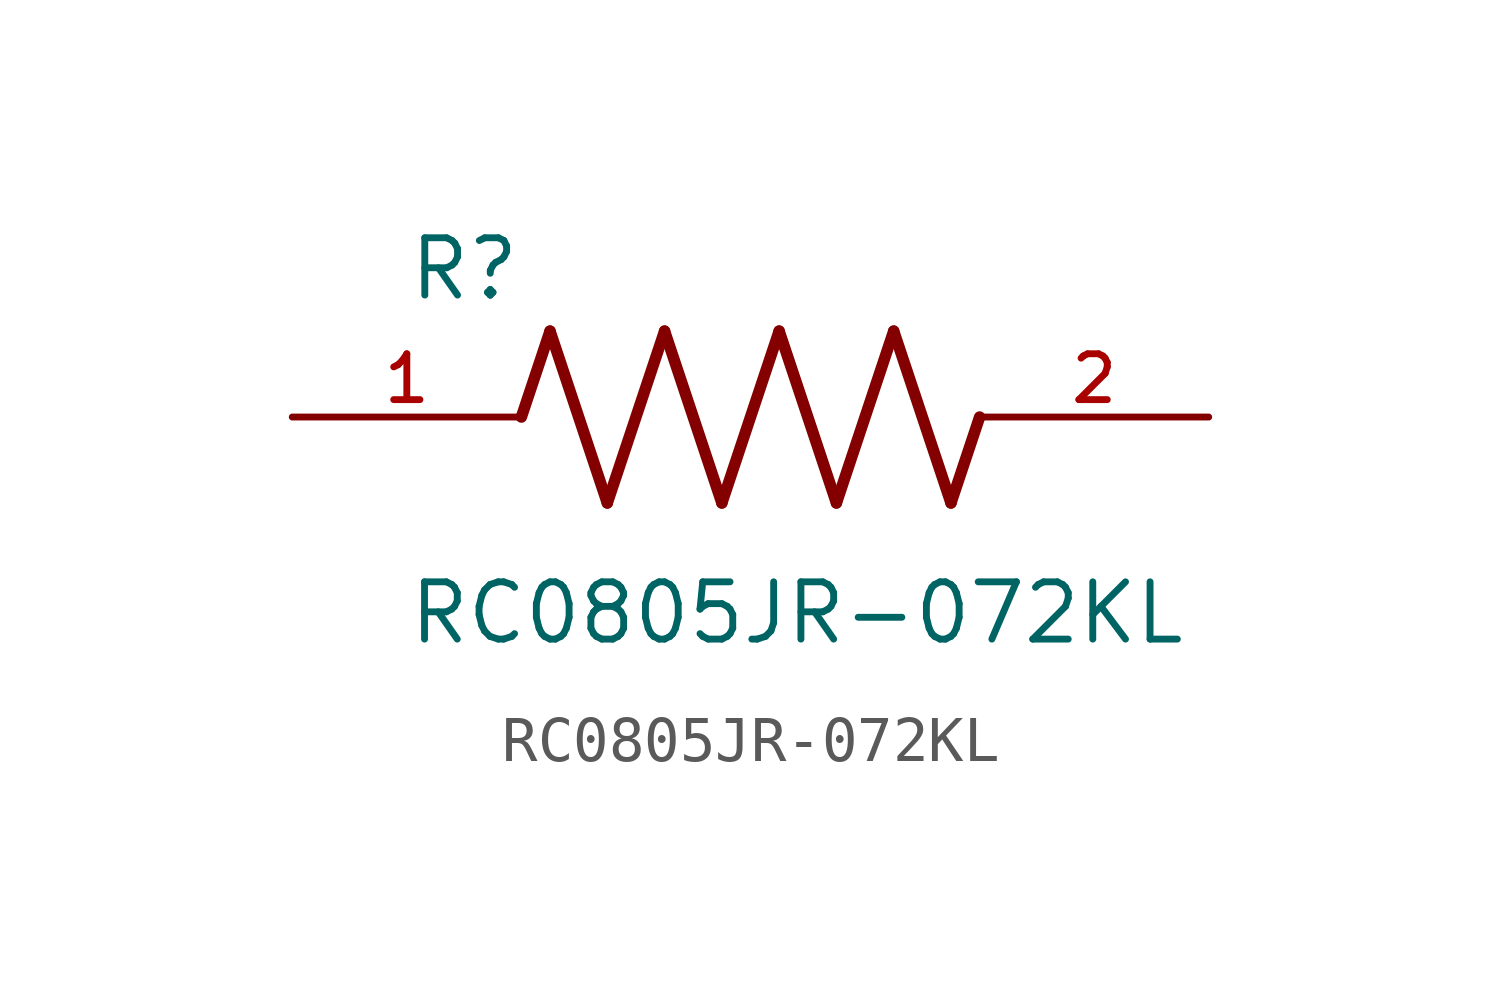
<source format=kicad_sym>
(kicad_symbol_lib
  (version 20211014)
  (generator kicad_symbol_editor)
  (symbol "RC0805JR-072KL"
    (pin_names
      (offset 1.016))
    (property "Reference" "R"
      (at -7.624 2.541 0)
      (effects (font (size 1.27 1.27)) (justify bottom left)))
    (property "Value" "RC0805JR-072KL"
      (at -7.63 -5.087 0)
      (effects (font (size 1.27 1.27)) (justify bottom left)))
    (symbol "RC0805JR-072KL_0_0"
      (polyline (pts (xy -5.08 0.0) (xy -4.445 1.905)) (stroke (width 0.254)))
      (polyline (pts (xy -4.445 1.905) (xy -3.175 -1.905)) (stroke (width 0.254)))
      (polyline (pts (xy -3.175 -1.905) (xy -1.905 1.905)) (stroke (width 0.254)))
      (polyline (pts (xy -1.905 1.905) (xy -0.635 -1.905)) (stroke (width 0.254)))
      (polyline (pts (xy -0.635 -1.905) (xy 0.635 1.905)) (stroke (width 0.254)))
      (polyline (pts (xy 0.635 1.905) (xy 1.905 -1.905)) (stroke (width 0.254)))
      (polyline (pts (xy 1.905 -1.905) (xy 3.175 1.905)) (stroke (width 0.254)))
      (polyline (pts (xy 3.175 1.905) (xy 4.445 -1.905)) (stroke (width 0.254)))
      (polyline (pts (xy 4.445 -1.905) (xy 5.08 0.0)) (stroke (width 0.254)))
      (pin passive line (at -10.16 0.0 0) (length 5.08) (name "~" (effects (font (size 1.016 1.016)))) (number "1" (effects (font (size 1.016 1.016)))))
      (pin passive line (at 10.16 0.0 180.0) (length 5.08) (name "~" (effects (font (size 1.016 1.016)))) (number "2" (effects (font (size 1.016 1.016))))))))
</source>
